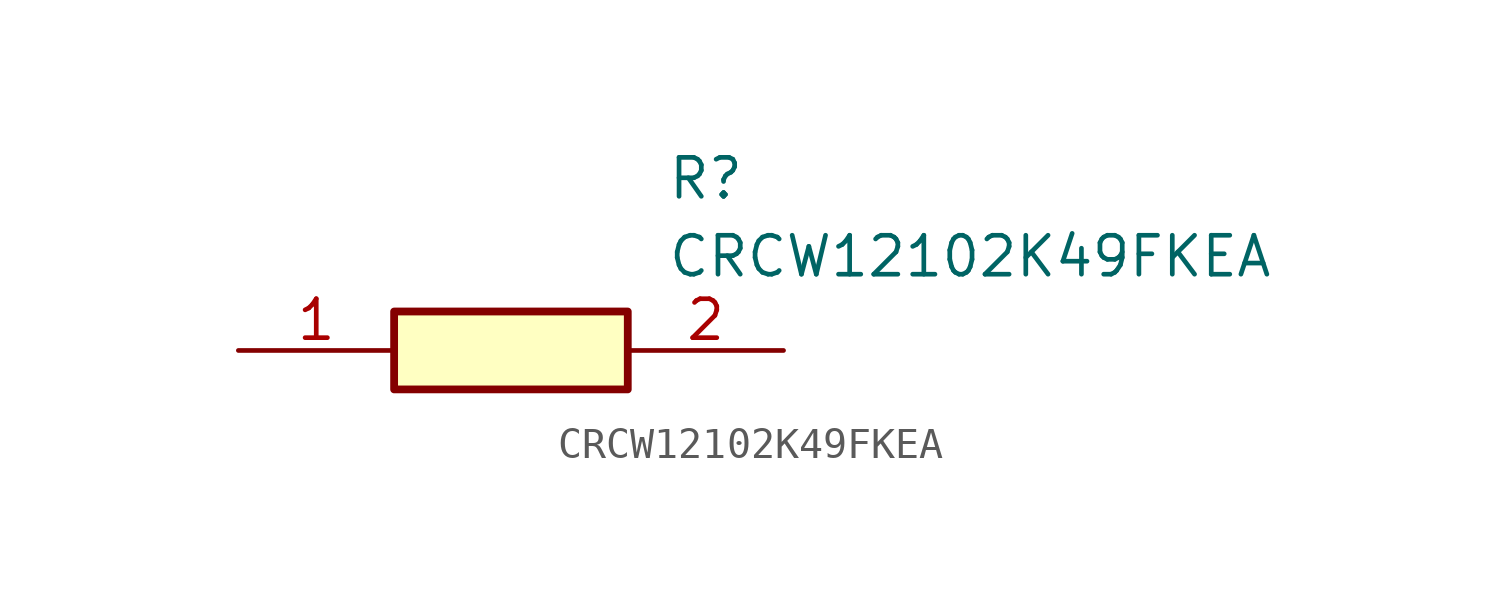
<source format=kicad_sym>
(kicad_symbol_lib
  (version 20211014)
  (generator SamacSys_ECAD_Model)
  (symbol "CRCW12102K49FKEA"
    (pin_names hide)
    (property "Reference" "R"
      (at 13.97 6.35 0)
      (effects (font (size 1.27 1.27)) (justify left top)))
    (property "Value" "CRCW12102K49FKEA"
      (at 13.97 3.81 0)
      (effects (font (size 1.27 1.27)) (justify left top)))
    (rectangle
      (start 5.08 1.27)
      (end 12.7 -1.27)
      (stroke (width 0.254) (type default))
      (fill (type background)))
    (pin passive line
      (at 0 0 0)
      (length 5.08)
      (name "1" (effects (font (size 1.27 1.27))))
      (number "1" (effects (font (size 1.27 1.27)))))
    (pin passive line
      (at 17.78 0 180)
      (length 5.08)
      (name "2" (effects (font (size 1.27 1.27))))
      (number "2" (effects (font (size 1.27 1.27)))))))
</source>
